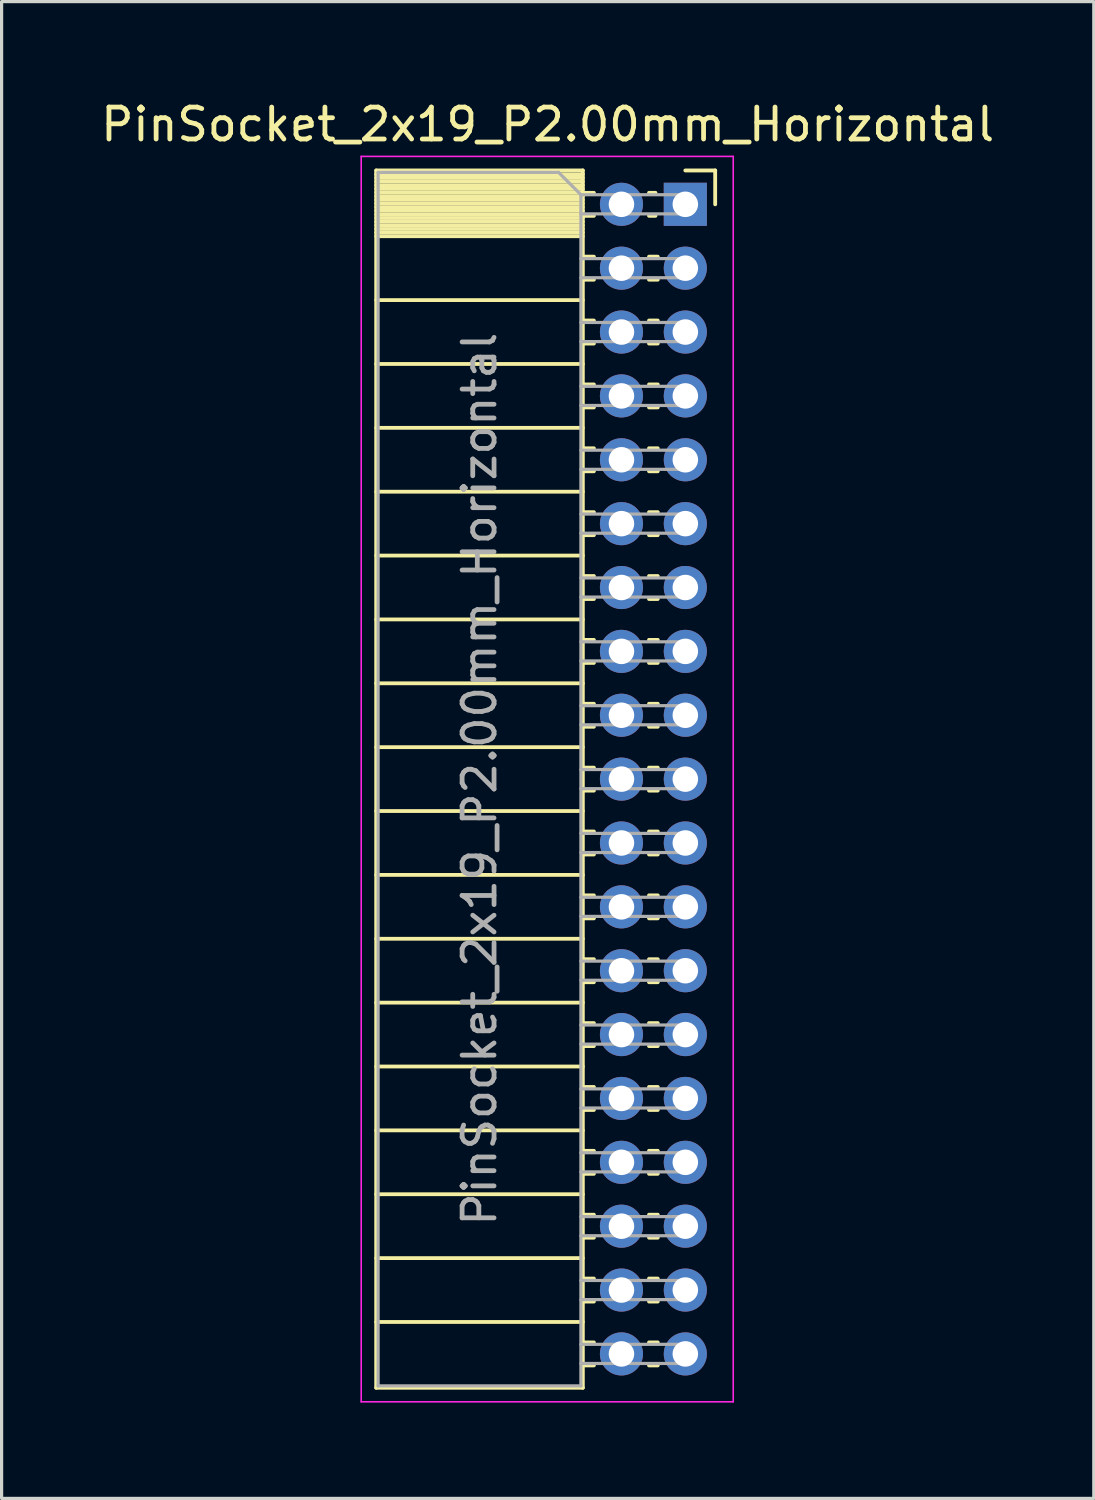
<source format=kicad_pcb>
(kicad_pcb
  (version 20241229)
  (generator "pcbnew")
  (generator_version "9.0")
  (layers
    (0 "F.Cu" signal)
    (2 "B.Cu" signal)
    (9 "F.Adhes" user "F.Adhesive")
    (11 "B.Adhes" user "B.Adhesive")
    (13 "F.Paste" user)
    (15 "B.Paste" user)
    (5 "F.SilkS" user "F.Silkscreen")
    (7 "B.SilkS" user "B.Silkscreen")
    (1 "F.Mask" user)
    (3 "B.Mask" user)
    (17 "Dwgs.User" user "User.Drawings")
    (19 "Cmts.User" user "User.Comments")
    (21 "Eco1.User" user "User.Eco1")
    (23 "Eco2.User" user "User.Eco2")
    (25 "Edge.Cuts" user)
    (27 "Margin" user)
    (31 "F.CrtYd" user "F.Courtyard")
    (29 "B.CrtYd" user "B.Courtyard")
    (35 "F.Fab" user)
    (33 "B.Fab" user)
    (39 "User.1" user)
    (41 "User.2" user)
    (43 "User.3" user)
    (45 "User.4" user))
  (footprint "PinSocket_2x19_P2.00mm_Horizontal"
    (layer "F.Cu")
    (at 18.411 3.348)
    (property "Reference" "PinSocket_2x19_P2.00mm_Horizontal" (at -4.31 -2.5 0) (layer "F.SilkS") (effects (font (size 1 1) (thickness 0.15))))
    (attr through_hole)
    (fp_line (start -9.68 -1.06) (end -9.68 37.06) (stroke (width 0.12) (type solid)) (layer "F.SilkS"))
    (fp_line (start -9.68 -1.06) (end -3.21 -1.06) (stroke (width 0.12) (type solid)) (layer "F.SilkS"))
    (fp_line (start -9.68 -0.94) (end -3.21 -0.94) (stroke (width 0.12) (type solid)) (layer "F.SilkS"))
    (fp_line (start -9.68 -0.826) (end -3.21 -0.826) (stroke (width 0.12) (type solid)) (layer "F.SilkS"))
    (fp_line (start -9.68 -0.712) (end -3.21 -0.712) (stroke (width 0.12) (type solid)) (layer "F.SilkS"))
    (fp_line (start -9.68 -0.598) (end -3.21 -0.598) (stroke (width 0.12) (type solid)) (layer "F.SilkS"))
    (fp_line (start -9.68 -0.484) (end -3.21 -0.484) (stroke (width 0.12) (type solid)) (layer "F.SilkS"))
    (fp_line (start -9.68 -0.369) (end -3.21 -0.369) (stroke (width 0.12) (type solid)) (layer "F.SilkS"))
    (fp_line (start -9.68 -0.255) (end -3.21 -0.255) (stroke (width 0.12) (type solid)) (layer "F.SilkS"))
    (fp_line (start -9.68 -0.141) (end -3.21 -0.141) (stroke (width 0.12) (type solid)) (layer "F.SilkS"))
    (fp_line (start -9.68 -0.027) (end -3.21 -0.027) (stroke (width 0.12) (type solid)) (layer "F.SilkS"))
    (fp_line (start -9.68 0.087) (end -3.21 0.087) (stroke (width 0.12) (type solid)) (layer "F.SilkS"))
    (fp_line (start -9.68 0.201) (end -3.21 0.201) (stroke (width 0.12) (type solid)) (layer "F.SilkS"))
    (fp_line (start -9.68 0.315) (end -3.21 0.315) (stroke (width 0.12) (type solid)) (layer "F.SilkS"))
    (fp_line (start -9.68 0.429) (end -3.21 0.429) (stroke (width 0.12) (type solid)) (layer "F.SilkS"))
    (fp_line (start -9.68 0.544) (end -3.21 0.544) (stroke (width 0.12) (type solid)) (layer "F.SilkS"))
    (fp_line (start -9.68 0.658) (end -3.21 0.658) (stroke (width 0.12) (type solid)) (layer "F.SilkS"))
    (fp_line (start -9.68 0.772) (end -3.21 0.772) (stroke (width 0.12) (type solid)) (layer "F.SilkS"))
    (fp_line (start -9.68 0.886) (end -3.21 0.886) (stroke (width 0.12) (type solid)) (layer "F.SilkS"))
    (fp_line (start -9.68 1) (end -3.21 1) (stroke (width 0.12) (type solid)) (layer "F.SilkS"))
    (fp_line (start -9.68 3) (end -3.21 3) (stroke (width 0.12) (type solid)) (layer "F.SilkS"))
    (fp_line (start -9.68 5) (end -3.21 5) (stroke (width 0.12) (type solid)) (layer "F.SilkS"))
    (fp_line (start -9.68 7) (end -3.21 7) (stroke (width 0.12) (type solid)) (layer "F.SilkS"))
    (fp_line (start -9.68 9) (end -3.21 9) (stroke (width 0.12) (type solid)) (layer "F.SilkS"))
    (fp_line (start -9.68 11) (end -3.21 11) (stroke (width 0.12) (type solid)) (layer "F.SilkS"))
    (fp_line (start -9.68 13) (end -3.21 13) (stroke (width 0.12) (type solid)) (layer "F.SilkS"))
    (fp_line (start -9.68 15) (end -3.21 15) (stroke (width 0.12) (type solid)) (layer "F.SilkS"))
    (fp_line (start -9.68 17) (end -3.21 17) (stroke (width 0.12) (type solid)) (layer "F.SilkS"))
    (fp_line (start -9.68 19) (end -3.21 19) (stroke (width 0.12) (type solid)) (layer "F.SilkS"))
    (fp_line (start -9.68 21) (end -3.21 21) (stroke (width 0.12) (type solid)) (layer "F.SilkS"))
    (fp_line (start -9.68 23) (end -3.21 23) (stroke (width 0.12) (type solid)) (layer "F.SilkS"))
    (fp_line (start -9.68 25) (end -3.21 25) (stroke (width 0.12) (type solid)) (layer "F.SilkS"))
    (fp_line (start -9.68 27) (end -3.21 27) (stroke (width 0.12) (type solid)) (layer "F.SilkS"))
    (fp_line (start -9.68 29) (end -3.21 29) (stroke (width 0.12) (type solid)) (layer "F.SilkS"))
    (fp_line (start -9.68 31) (end -3.21 31) (stroke (width 0.12) (type solid)) (layer "F.SilkS"))
    (fp_line (start -9.68 33) (end -3.21 33) (stroke (width 0.12) (type solid)) (layer "F.SilkS"))
    (fp_line (start -9.68 35) (end -3.21 35) (stroke (width 0.12) (type solid)) (layer "F.SilkS"))
    (fp_line (start -9.68 37.06) (end -3.21 37.06) (stroke (width 0.12) (type solid)) (layer "F.SilkS"))
    (fp_line (start -3.21 -1.06) (end -3.21 37.06) (stroke (width 0.12) (type solid)) (layer "F.SilkS"))
    (fp_line (start -3.21 -0.36) (end -2.863 -0.36) (stroke (width 0.12) (type solid)) (layer "F.SilkS"))
    (fp_line (start -3.21 0.36) (end -2.863 0.36) (stroke (width 0.12) (type solid)) (layer "F.SilkS"))
    (fp_line (start -3.21 1.64) (end -2.863 1.64) (stroke (width 0.12) (type solid)) (layer "F.SilkS"))
    (fp_line (start -3.21 2.36) (end -2.863 2.36) (stroke (width 0.12) (type solid)) (layer "F.SilkS"))
    (fp_line (start -3.21 3.64) (end -2.863 3.64) (stroke (width 0.12) (type solid)) (layer "F.SilkS"))
    (fp_line (start -3.21 4.36) (end -2.863 4.36) (stroke (width 0.12) (type solid)) (layer "F.SilkS"))
    (fp_line (start -3.21 5.64) (end -2.863 5.64) (stroke (width 0.12) (type solid)) (layer "F.SilkS"))
    (fp_line (start -3.21 6.36) (end -2.863 6.36) (stroke (width 0.12) (type solid)) (layer "F.SilkS"))
    (fp_line (start -3.21 7.64) (end -2.863 7.64) (stroke (width 0.12) (type solid)) (layer "F.SilkS"))
    (fp_line (start -3.21 8.36) (end -2.863 8.36) (stroke (width 0.12) (type solid)) (layer "F.SilkS"))
    (fp_line (start -3.21 9.64) (end -2.863 9.64) (stroke (width 0.12) (type solid)) (layer "F.SilkS"))
    (fp_line (start -3.21 10.36) (end -2.863 10.36) (stroke (width 0.12) (type solid)) (layer "F.SilkS"))
    (fp_line (start -3.21 11.64) (end -2.863 11.64) (stroke (width 0.12) (type solid)) (layer "F.SilkS"))
    (fp_line (start -3.21 12.36) (end -2.863 12.36) (stroke (width 0.12) (type solid)) (layer "F.SilkS"))
    (fp_line (start -3.21 13.64) (end -2.863 13.64) (stroke (width 0.12) (type solid)) (layer "F.SilkS"))
    (fp_line (start -3.21 14.36) (end -2.863 14.36) (stroke (width 0.12) (type solid)) (layer "F.SilkS"))
    (fp_line (start -3.21 15.64) (end -2.863 15.64) (stroke (width 0.12) (type solid)) (layer "F.SilkS"))
    (fp_line (start -3.21 16.36) (end -2.863 16.36) (stroke (width 0.12) (type solid)) (layer "F.SilkS"))
    (fp_line (start -3.21 17.64) (end -2.863 17.64) (stroke (width 0.12) (type solid)) (layer "F.SilkS"))
    (fp_line (start -3.21 18.36) (end -2.863 18.36) (stroke (width 0.12) (type solid)) (layer "F.SilkS"))
    (fp_line (start -3.21 19.64) (end -2.863 19.64) (stroke (width 0.12) (type solid)) (layer "F.SilkS"))
    (fp_line (start -3.21 20.36) (end -2.863 20.36) (stroke (width 0.12) (type solid)) (layer "F.SilkS"))
    (fp_line (start -3.21 21.64) (end -2.863 21.64) (stroke (width 0.12) (type solid)) (layer "F.SilkS"))
    (fp_line (start -3.21 22.36) (end -2.863 22.36) (stroke (width 0.12) (type solid)) (layer "F.SilkS"))
    (fp_line (start -3.21 23.64) (end -2.863 23.64) (stroke (width 0.12) (type solid)) (layer "F.SilkS"))
    (fp_line (start -3.21 24.36) (end -2.863 24.36) (stroke (width 0.12) (type solid)) (layer "F.SilkS"))
    (fp_line (start -3.21 25.64) (end -2.863 25.64) (stroke (width 0.12) (type solid)) (layer "F.SilkS"))
    (fp_line (start -3.21 26.36) (end -2.863 26.36) (stroke (width 0.12) (type solid)) (layer "F.SilkS"))
    (fp_line (start -3.21 27.64) (end -2.863 27.64) (stroke (width 0.12) (type solid)) (layer "F.SilkS"))
    (fp_line (start -3.21 28.36) (end -2.863 28.36) (stroke (width 0.12) (type solid)) (layer "F.SilkS"))
    (fp_line (start -3.21 29.64) (end -2.863 29.64) (stroke (width 0.12) (type solid)) (layer "F.SilkS"))
    (fp_line (start -3.21 30.36) (end -2.863 30.36) (stroke (width 0.12) (type solid)) (layer "F.SilkS"))
    (fp_line (start -3.21 31.64) (end -2.863 31.64) (stroke (width 0.12) (type solid)) (layer "F.SilkS"))
    (fp_line (start -3.21 32.36) (end -2.863 32.36) (stroke (width 0.12) (type solid)) (layer "F.SilkS"))
    (fp_line (start -3.21 33.64) (end -2.863 33.64) (stroke (width 0.12) (type solid)) (layer "F.SilkS"))
    (fp_line (start -3.21 34.36) (end -2.863 34.36) (stroke (width 0.12) (type solid)) (layer "F.SilkS"))
    (fp_line (start -3.21 35.64) (end -2.863 35.64) (stroke (width 0.12) (type solid)) (layer "F.SilkS"))
    (fp_line (start -3.21 36.36) (end -2.863 36.36) (stroke (width 0.12) (type solid)) (layer "F.SilkS"))
    (fp_line (start -1.137 -0.36) (end -0.935 -0.36) (stroke (width 0.12) (type solid)) (layer "F.SilkS"))
    (fp_line (start -1.137 0.36) (end -0.935 0.36) (stroke (width 0.12) (type solid)) (layer "F.SilkS"))
    (fp_line (start -1.137 1.64) (end -0.863 1.64) (stroke (width 0.12) (type solid)) (layer "F.SilkS"))
    (fp_line (start -1.137 2.36) (end -0.863 2.36) (stroke (width 0.12) (type solid)) (layer "F.SilkS"))
    (fp_line (start -1.137 3.64) (end -0.863 3.64) (stroke (width 0.12) (type solid)) (layer "F.SilkS"))
    (fp_line (start -1.137 4.36) (end -0.863 4.36) (stroke (width 0.12) (type solid)) (layer "F.SilkS"))
    (fp_line (start -1.137 5.64) (end -0.863 5.64) (stroke (width 0.12) (type solid)) (layer "F.SilkS"))
    (fp_line (start -1.137 6.36) (end -0.863 6.36) (stroke (width 0.12) (type solid)) (layer "F.SilkS"))
    (fp_line (start -1.137 7.64) (end -0.863 7.64) (stroke (width 0.12) (type solid)) (layer "F.SilkS"))
    (fp_line (start -1.137 8.36) (end -0.863 8.36) (stroke (width 0.12) (type solid)) (layer "F.SilkS"))
    (fp_line (start -1.137 9.64) (end -0.863 9.64) (stroke (width 0.12) (type solid)) (layer "F.SilkS"))
    (fp_line (start -1.137 10.36) (end -0.863 10.36) (stroke (width 0.12) (type solid)) (layer "F.SilkS"))
    (fp_line (start -1.137 11.64) (end -0.863 11.64) (stroke (width 0.12) (type solid)) (layer "F.SilkS"))
    (fp_line (start -1.137 12.36) (end -0.863 12.36) (stroke (width 0.12) (type solid)) (layer "F.SilkS"))
    (fp_line (start -1.137 13.64) (end -0.863 13.64) (stroke (width 0.12) (type solid)) (layer "F.SilkS"))
    (fp_line (start -1.137 14.36) (end -0.863 14.36) (stroke (width 0.12) (type solid)) (layer "F.SilkS"))
    (fp_line (start -1.137 15.64) (end -0.863 15.64) (stroke (width 0.12) (type solid)) (layer "F.SilkS"))
    (fp_line (start -1.137 16.36) (end -0.863 16.36) (stroke (width 0.12) (type solid)) (layer "F.SilkS"))
    (fp_line (start -1.137 17.64) (end -0.863 17.64) (stroke (width 0.12) (type solid)) (layer "F.SilkS"))
    (fp_line (start -1.137 18.36) (end -0.863 18.36) (stroke (width 0.12) (type solid)) (layer "F.SilkS"))
    (fp_line (start -1.137 19.64) (end -0.863 19.64) (stroke (width 0.12) (type solid)) (layer "F.SilkS"))
    (fp_line (start -1.137 20.36) (end -0.863 20.36) (stroke (width 0.12) (type solid)) (layer "F.SilkS"))
    (fp_line (start -1.137 21.64) (end -0.863 21.64) (stroke (width 0.12) (type solid)) (layer "F.SilkS"))
    (fp_line (start -1.137 22.36) (end -0.863 22.36) (stroke (width 0.12) (type solid)) (layer "F.SilkS"))
    (fp_line (start -1.137 23.64) (end -0.863 23.64) (stroke (width 0.12) (type solid)) (layer "F.SilkS"))
    (fp_line (start -1.137 24.36) (end -0.863 24.36) (stroke (width 0.12) (type solid)) (layer "F.SilkS"))
    (fp_line (start -1.137 25.64) (end -0.863 25.64) (stroke (width 0.12) (type solid)) (layer "F.SilkS"))
    (fp_line (start -1.137 26.36) (end -0.863 26.36) (stroke (width 0.12) (type solid)) (layer "F.SilkS"))
    (fp_line (start -1.137 27.64) (end -0.863 27.64) (stroke (width 0.12) (type solid)) (layer "F.SilkS"))
    (fp_line (start -1.137 28.36) (end -0.863 28.36) (stroke (width 0.12) (type solid)) (layer "F.SilkS"))
    (fp_line (start -1.137 29.64) (end -0.863 29.64) (stroke (width 0.12) (type solid)) (layer "F.SilkS"))
    (fp_line (start -1.137 30.36) (end -0.863 30.36) (stroke (width 0.12) (type solid)) (layer "F.SilkS"))
    (fp_line (start -1.137 31.64) (end -0.863 31.64) (stroke (width 0.12) (type solid)) (layer "F.SilkS"))
    (fp_line (start -1.137 32.36) (end -0.863 32.36) (stroke (width 0.12) (type solid)) (layer "F.SilkS"))
    (fp_line (start -1.137 33.64) (end -0.863 33.64) (stroke (width 0.12) (type solid)) (layer "F.SilkS"))
    (fp_line (start -1.137 34.36) (end -0.863 34.36) (stroke (width 0.12) (type solid)) (layer "F.SilkS"))
    (fp_line (start -1.137 35.64) (end -0.863 35.64) (stroke (width 0.12) (type solid)) (layer "F.SilkS"))
    (fp_line (start -1.137 36.36) (end -0.863 36.36) (stroke (width 0.12) (type solid)) (layer "F.SilkS"))
    (fp_line (start 0 -1.06) (end 0.935 -1.06) (stroke (width 0.12) (type solid)) (layer "F.SilkS"))
    (fp_line (start 0.935 -1.06) (end 0.935 0) (stroke (width 0.12) (type solid)) (layer "F.SilkS"))
    (fp_line (start -10.15 -1.5) (end -10.15 37.5) (stroke (width 0.05) (type solid)) (layer "F.CrtYd"))
    (fp_line (start -10.15 37.5) (end 1.5 37.5) (stroke (width 0.05) (type solid)) (layer "F.CrtYd"))
    (fp_line (start 1.5 -1.5) (end -10.15 -1.5) (stroke (width 0.05) (type solid)) (layer "F.CrtYd"))
    (fp_line (start 1.5 37.5) (end 1.5 -1.5) (stroke (width 0.05) (type solid)) (layer "F.CrtYd"))
    (fp_line (start -9.62 -1) (end -3.97 -1) (stroke (width 0.1) (type solid)) (layer "F.Fab"))
    (fp_line (start -9.62 37) (end -9.62 -1) (stroke (width 0.1) (type solid)) (layer "F.Fab"))
    (fp_line (start -3.97 -1) (end -3.27 -0.3) (stroke (width 0.1) (type solid)) (layer "F.Fab"))
    (fp_line (start -3.27 -0.3) (end -3.27 37) (stroke (width 0.1) (type solid)) (layer "F.Fab"))
    (fp_line (start -3.27 0.3) (end 0 0.3) (stroke (width 0.1) (type solid)) (layer "F.Fab"))
    (fp_line (start -3.27 2.3) (end 0 2.3) (stroke (width 0.1) (type solid)) (layer "F.Fab"))
    (fp_line (start -3.27 4.3) (end 0 4.3) (stroke (width 0.1) (type solid)) (layer "F.Fab"))
    (fp_line (start -3.27 6.3) (end 0 6.3) (stroke (width 0.1) (type solid)) (layer "F.Fab"))
    (fp_line (start -3.27 8.3) (end 0 8.3) (stroke (width 0.1) (type solid)) (layer "F.Fab"))
    (fp_line (start -3.27 10.3) (end 0 10.3) (stroke (width 0.1) (type solid)) (layer "F.Fab"))
    (fp_line (start -3.27 12.3) (end 0 12.3) (stroke (width 0.1) (type solid)) (layer "F.Fab"))
    (fp_line (start -3.27 14.3) (end 0 14.3) (stroke (width 0.1) (type solid)) (layer "F.Fab"))
    (fp_line (start -3.27 16.3) (end 0 16.3) (stroke (width 0.1) (type solid)) (layer "F.Fab"))
    (fp_line (start -3.27 18.3) (end 0 18.3) (stroke (width 0.1) (type solid)) (layer "F.Fab"))
    (fp_line (start -3.27 20.3) (end 0 20.3) (stroke (width 0.1) (type solid)) (layer "F.Fab"))
    (fp_line (start -3.27 22.3) (end 0 22.3) (stroke (width 0.1) (type solid)) (layer "F.Fab"))
    (fp_line (start -3.27 24.3) (end 0 24.3) (stroke (width 0.1) (type solid)) (layer "F.Fab"))
    (fp_line (start -3.27 26.3) (end 0 26.3) (stroke (width 0.1) (type solid)) (layer "F.Fab"))
    (fp_line (start -3.27 28.3) (end 0 28.3) (stroke (width 0.1) (type solid)) (layer "F.Fab"))
    (fp_line (start -3.27 30.3) (end 0 30.3) (stroke (width 0.1) (type solid)) (layer "F.Fab"))
    (fp_line (start -3.27 32.3) (end 0 32.3) (stroke (width 0.1) (type solid)) (layer "F.Fab"))
    (fp_line (start -3.27 34.3) (end 0 34.3) (stroke (width 0.1) (type solid)) (layer "F.Fab"))
    (fp_line (start -3.27 36.3) (end 0 36.3) (stroke (width 0.1) (type solid)) (layer "F.Fab"))
    (fp_line (start -3.27 37) (end -9.62 37) (stroke (width 0.1) (type solid)) (layer "F.Fab"))
    (fp_line (start 0 -0.3) (end -3.27 -0.3) (stroke (width 0.1) (type solid)) (layer "F.Fab"))
    (fp_line (start 0 0.3) (end 0 -0.3) (stroke (width 0.1) (type solid)) (layer "F.Fab"))
    (fp_line (start 0 1.7) (end -3.27 1.7) (stroke (width 0.1) (type solid)) (layer "F.Fab"))
    (fp_line (start 0 2.3) (end 0 1.7) (stroke (width 0.1) (type solid)) (layer "F.Fab"))
    (fp_line (start 0 3.7) (end -3.27 3.7) (stroke (width 0.1) (type solid)) (layer "F.Fab"))
    (fp_line (start 0 4.3) (end 0 3.7) (stroke (width 0.1) (type solid)) (layer "F.Fab"))
    (fp_line (start 0 5.7) (end -3.27 5.7) (stroke (width 0.1) (type solid)) (layer "F.Fab"))
    (fp_line (start 0 6.3) (end 0 5.7) (stroke (width 0.1) (type solid)) (layer "F.Fab"))
    (fp_line (start 0 7.7) (end -3.27 7.7) (stroke (width 0.1) (type solid)) (layer "F.Fab"))
    (fp_line (start 0 8.3) (end 0 7.7) (stroke (width 0.1) (type solid)) (layer "F.Fab"))
    (fp_line (start 0 9.7) (end -3.27 9.7) (stroke (width 0.1) (type solid)) (layer "F.Fab"))
    (fp_line (start 0 10.3) (end 0 9.7) (stroke (width 0.1) (type solid)) (layer "F.Fab"))
    (fp_line (start 0 11.7) (end -3.27 11.7) (stroke (width 0.1) (type solid)) (layer "F.Fab"))
    (fp_line (start 0 12.3) (end 0 11.7) (stroke (width 0.1) (type solid)) (layer "F.Fab"))
    (fp_line (start 0 13.7) (end -3.27 13.7) (stroke (width 0.1) (type solid)) (layer "F.Fab"))
    (fp_line (start 0 14.3) (end 0 13.7) (stroke (width 0.1) (type solid)) (layer "F.Fab"))
    (fp_line (start 0 15.7) (end -3.27 15.7) (stroke (width 0.1) (type solid)) (layer "F.Fab"))
    (fp_line (start 0 16.3) (end 0 15.7) (stroke (width 0.1) (type solid)) (layer "F.Fab"))
    (fp_line (start 0 17.7) (end -3.27 17.7) (stroke (width 0.1) (type solid)) (layer "F.Fab"))
    (fp_line (start 0 18.3) (end 0 17.7) (stroke (width 0.1) (type solid)) (layer "F.Fab"))
    (fp_line (start 0 19.7) (end -3.27 19.7) (stroke (width 0.1) (type solid)) (layer "F.Fab"))
    (fp_line (start 0 20.3) (end 0 19.7) (stroke (width 0.1) (type solid)) (layer "F.Fab"))
    (fp_line (start 0 21.7) (end -3.27 21.7) (stroke (width 0.1) (type solid)) (layer "F.Fab"))
    (fp_line (start 0 22.3) (end 0 21.7) (stroke (width 0.1) (type solid)) (layer "F.Fab"))
    (fp_line (start 0 23.7) (end -3.27 23.7) (stroke (width 0.1) (type solid)) (layer "F.Fab"))
    (fp_line (start 0 24.3) (end 0 23.7) (stroke (width 0.1) (type solid)) (layer "F.Fab"))
    (fp_line (start 0 25.7) (end -3.27 25.7) (stroke (width 0.1) (type solid)) (layer "F.Fab"))
    (fp_line (start 0 26.3) (end 0 25.7) (stroke (width 0.1) (type solid)) (layer "F.Fab"))
    (fp_line (start 0 27.7) (end -3.27 27.7) (stroke (width 0.1) (type solid)) (layer "F.Fab"))
    (fp_line (start 0 28.3) (end 0 27.7) (stroke (width 0.1) (type solid)) (layer "F.Fab"))
    (fp_line (start 0 29.7) (end -3.27 29.7) (stroke (width 0.1) (type solid)) (layer "F.Fab"))
    (fp_line (start 0 30.3) (end 0 29.7) (stroke (width 0.1) (type solid)) (layer "F.Fab"))
    (fp_line (start 0 31.7) (end -3.27 31.7) (stroke (width 0.1) (type solid)) (layer "F.Fab"))
    (fp_line (start 0 32.3) (end 0 31.7) (stroke (width 0.1) (type solid)) (layer "F.Fab"))
    (fp_line (start 0 33.7) (end -3.27 33.7) (stroke (width 0.1) (type solid)) (layer "F.Fab"))
    (fp_line (start 0 34.3) (end 0 33.7) (stroke (width 0.1) (type solid)) (layer "F.Fab"))
    (fp_line (start 0 35.7) (end -3.27 35.7) (stroke (width 0.1) (type solid)) (layer "F.Fab"))
    (fp_line (start 0 36.3) (end 0 35.7) (stroke (width 0.1) (type solid)) (layer "F.Fab"))
    (fp_text user "${REFERENCE}" (at -6.445 18 90) (layer "F.Fab") (effects (font (size 1 1) (thickness 0.15))))
    (pad "1" thru_hole rect (at 0 0) (size 1.35 1.35) (drill 0.8) (layers "*.Cu" "*.Mask"))
    (pad "2" thru_hole oval (at -2 0) (size 1.35 1.35) (drill 0.8) (layers "*.Cu" "*.Mask"))
    (pad "3" thru_hole oval (at 0 2) (size 1.35 1.35) (drill 0.8) (layers "*.Cu" "*.Mask"))
    (pad "4" thru_hole oval (at -2 2) (size 1.35 1.35) (drill 0.8) (layers "*.Cu" "*.Mask"))
    (pad "5" thru_hole oval (at 0 4) (size 1.35 1.35) (drill 0.8) (layers "*.Cu" "*.Mask"))
    (pad "6" thru_hole oval (at -2 4) (size 1.35 1.35) (drill 0.8) (layers "*.Cu" "*.Mask"))
    (pad "7" thru_hole oval (at 0 6) (size 1.35 1.35) (drill 0.8) (layers "*.Cu" "*.Mask"))
    (pad "8" thru_hole oval (at -2 6) (size 1.35 1.35) (drill 0.8) (layers "*.Cu" "*.Mask"))
    (pad "9" thru_hole oval (at 0 8) (size 1.35 1.35) (drill 0.8) (layers "*.Cu" "*.Mask"))
    (pad "10" thru_hole oval (at -2 8) (size 1.35 1.35) (drill 0.8) (layers "*.Cu" "*.Mask"))
    (pad "11" thru_hole oval (at 0 10) (size 1.35 1.35) (drill 0.8) (layers "*.Cu" "*.Mask"))
    (pad "12" thru_hole oval (at -2 10) (size 1.35 1.35) (drill 0.8) (layers "*.Cu" "*.Mask"))
    (pad "13" thru_hole oval (at 0 12) (size 1.35 1.35) (drill 0.8) (layers "*.Cu" "*.Mask"))
    (pad "14" thru_hole oval (at -2 12) (size 1.35 1.35) (drill 0.8) (layers "*.Cu" "*.Mask"))
    (pad "15" thru_hole oval (at 0 14) (size 1.35 1.35) (drill 0.8) (layers "*.Cu" "*.Mask"))
    (pad "16" thru_hole oval (at -2 14) (size 1.35 1.35) (drill 0.8) (layers "*.Cu" "*.Mask"))
    (pad "17" thru_hole oval (at 0 16) (size 1.35 1.35) (drill 0.8) (layers "*.Cu" "*.Mask"))
    (pad "18" thru_hole oval (at -2 16) (size 1.35 1.35) (drill 0.8) (layers "*.Cu" "*.Mask"))
    (pad "19" thru_hole oval (at 0 18) (size 1.35 1.35) (drill 0.8) (layers "*.Cu" "*.Mask"))
    (pad "20" thru_hole oval (at -2 18) (size 1.35 1.35) (drill 0.8) (layers "*.Cu" "*.Mask"))
    (pad "21" thru_hole oval (at 0 20) (size 1.35 1.35) (drill 0.8) (layers "*.Cu" "*.Mask"))
    (pad "22" thru_hole oval (at -2 20) (size 1.35 1.35) (drill 0.8) (layers "*.Cu" "*.Mask"))
    (pad "23" thru_hole oval (at 0 22) (size 1.35 1.35) (drill 0.8) (layers "*.Cu" "*.Mask"))
    (pad "24" thru_hole oval (at -2 22) (size 1.35 1.35) (drill 0.8) (layers "*.Cu" "*.Mask"))
    (pad "25" thru_hole oval (at 0 24) (size 1.35 1.35) (drill 0.8) (layers "*.Cu" "*.Mask"))
    (pad "26" thru_hole oval (at -2 24) (size 1.35 1.35) (drill 0.8) (layers "*.Cu" "*.Mask"))
    (pad "27" thru_hole oval (at 0 26) (size 1.35 1.35) (drill 0.8) (layers "*.Cu" "*.Mask"))
    (pad "28" thru_hole oval (at -2 26) (size 1.35 1.35) (drill 0.8) (layers "*.Cu" "*.Mask"))
    (pad "29" thru_hole oval (at 0 28) (size 1.35 1.35) (drill 0.8) (layers "*.Cu" "*.Mask"))
    (pad "30" thru_hole oval (at -2 28) (size 1.35 1.35) (drill 0.8) (layers "*.Cu" "*.Mask"))
    (pad "31" thru_hole oval (at 0 30) (size 1.35 1.35) (drill 0.8) (layers "*.Cu" "*.Mask"))
    (pad "32" thru_hole oval (at -2 30) (size 1.35 1.35) (drill 0.8) (layers "*.Cu" "*.Mask"))
    (pad "33" thru_hole oval (at 0 32) (size 1.35 1.35) (drill 0.8) (layers "*.Cu" "*.Mask"))
    (pad "34" thru_hole oval (at -2 32) (size 1.35 1.35) (drill 0.8) (layers "*.Cu" "*.Mask"))
    (pad "35" thru_hole oval (at 0 34) (size 1.35 1.35) (drill 0.8) (layers "*.Cu" "*.Mask"))
    (pad "36" thru_hole oval (at -2 34) (size 1.35 1.35) (drill 0.8) (layers "*.Cu" "*.Mask"))
    (pad "37" thru_hole oval (at 0 36) (size 1.35 1.35) (drill 0.8) (layers "*.Cu" "*.Mask"))
    (pad "38" thru_hole oval (at -2 36) (size 1.35 1.35) (drill 0.8) (layers "*.Cu" "*.Mask")))
  (gr_rect
    (start -3 -3)
    (end 31.202 43.873)
    (stroke (width 0.1) (type default))
    (fill no)
    (layer "Edge.Cuts")))
</source>
